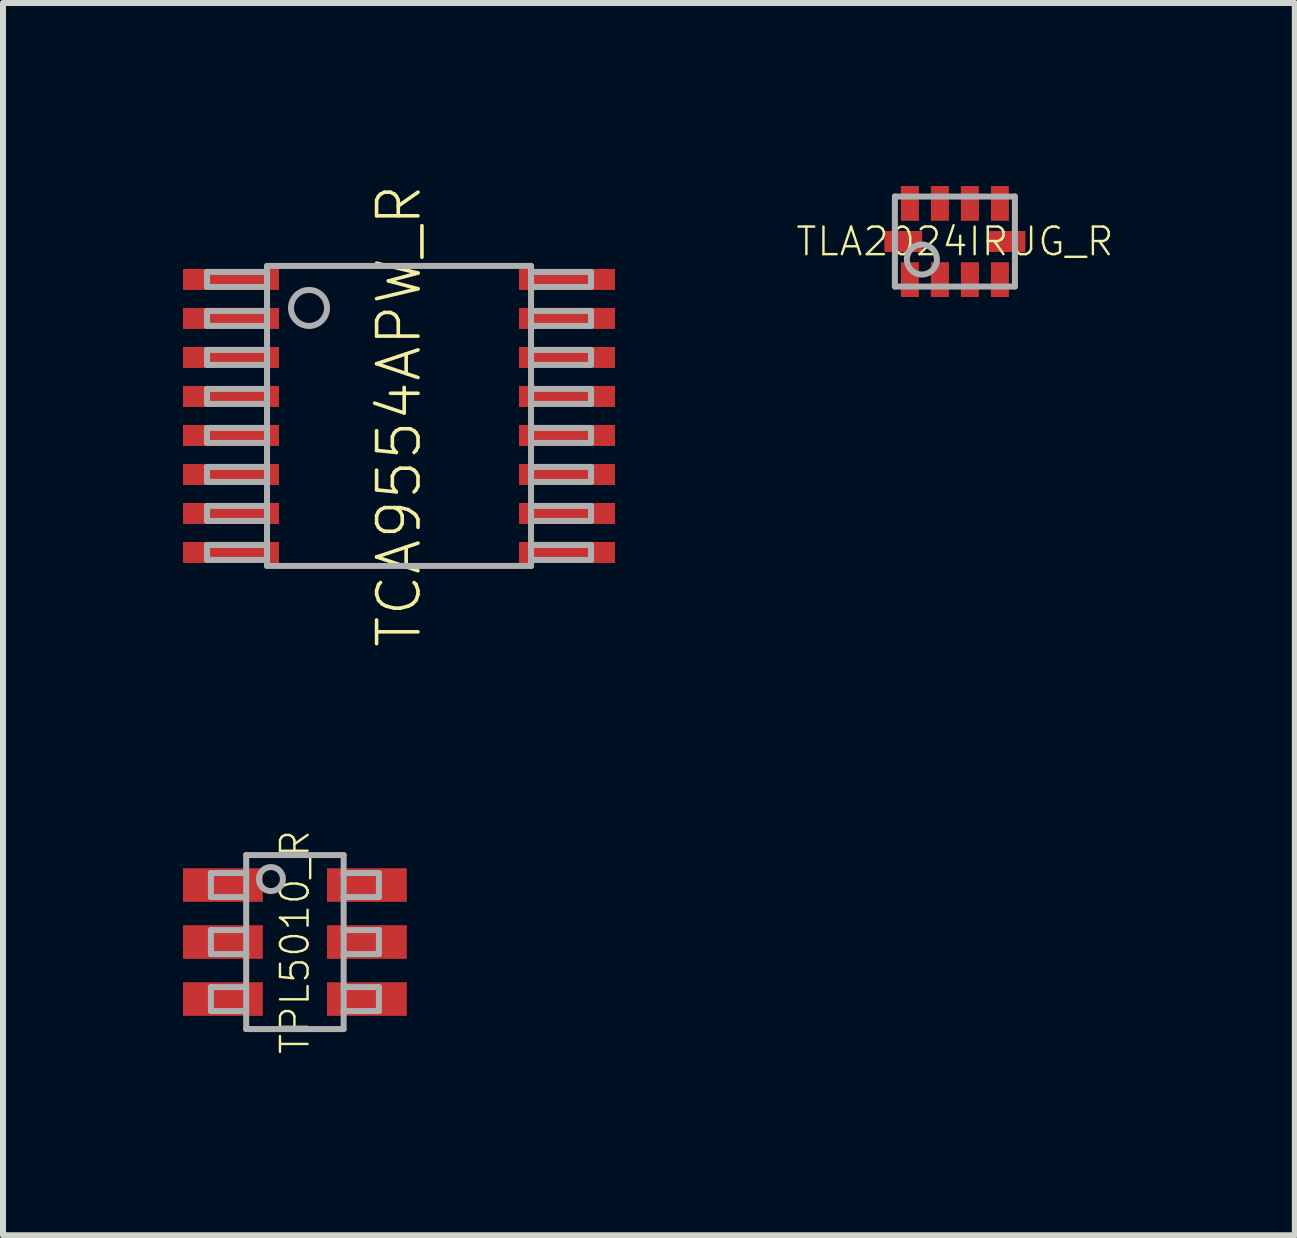
<source format=kicad_pcb>
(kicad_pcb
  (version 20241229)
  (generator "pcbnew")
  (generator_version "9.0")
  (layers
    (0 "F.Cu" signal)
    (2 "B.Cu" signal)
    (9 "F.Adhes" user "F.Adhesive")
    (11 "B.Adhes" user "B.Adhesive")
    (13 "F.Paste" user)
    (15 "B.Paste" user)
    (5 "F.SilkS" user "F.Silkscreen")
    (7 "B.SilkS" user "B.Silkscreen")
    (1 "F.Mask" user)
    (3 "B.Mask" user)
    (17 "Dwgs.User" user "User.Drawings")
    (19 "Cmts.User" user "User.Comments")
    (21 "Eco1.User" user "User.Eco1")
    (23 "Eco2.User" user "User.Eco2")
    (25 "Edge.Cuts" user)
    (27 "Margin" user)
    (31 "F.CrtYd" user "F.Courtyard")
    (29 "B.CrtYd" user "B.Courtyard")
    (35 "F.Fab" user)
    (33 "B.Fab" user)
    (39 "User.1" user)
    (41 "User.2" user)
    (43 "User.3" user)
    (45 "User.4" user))
  (footprint "TLA2024IRUG_R"
    (layer "F.Cu")
    (at 12.864 0.975)
    (property "Reference" "TLA2024IRUG_R" (at 0 0 0) (unlocked yes) (layer "F.SilkS") (effects (font (size 0.46 0.46) (thickness 0.04))))
    (fp_poly (pts (xy -1.225 0.295) (xy -0.495 0.295) (xy -0.495 -0.295) (xy -1.225 -0.295)) (stroke (width 0) (type default)) (fill yes) (layer "F.Mask"))
    (fp_poly (pts (xy -0.95 -0.295) (xy 0.95 -0.295) (xy 0.95 -0.975) (xy -0.95 -0.975)) (stroke (width 0) (type default)) (fill yes) (layer "F.Mask"))
    (fp_poly (pts (xy -0.95 0.975) (xy 0.95 0.975) (xy 0.95 0.295) (xy -0.95 0.295)) (stroke (width 0) (type default)) (fill yes) (layer "F.Mask"))
    (fp_poly (pts (xy 0.495 0.295) (xy 1.225 0.295) (xy 1.225 -0.295) (xy 0.495 -0.295)) (stroke (width 0) (type default)) (fill yes) (layer "F.Mask"))
    (fp_poly (pts (xy -0.62 -0.37) (xy -0.88 -0.37) (xy -0.88 -0.9) (xy -0.62 -0.9)) (stroke (width 0) (type default)) (fill yes) (layer "F.Paste"))
    (fp_poly (pts (xy -0.62 0.9) (xy -0.88 0.9) (xy -0.88 0.37) (xy -0.62 0.37)) (stroke (width 0) (type default)) (fill yes) (layer "F.Paste"))
    (fp_poly (pts (xy -0.56 0.15) (xy -1.16 0.15) (xy -1.16 -0.15) (xy -0.56 -0.15)) (stroke (width 0) (type default)) (fill yes) (layer "F.Paste"))
    (fp_poly (pts (xy -0.12 -0.37) (xy -0.38 -0.37) (xy -0.38 -0.9) (xy -0.12 -0.9)) (stroke (width 0) (type default)) (fill yes) (layer "F.Paste"))
    (fp_poly (pts (xy -0.12 0.9) (xy -0.38 0.9) (xy -0.38 0.37) (xy -0.12 0.37)) (stroke (width 0) (type default)) (fill yes) (layer "F.Paste"))
    (fp_poly (pts (xy 0.38 -0.37) (xy 0.12 -0.37) (xy 0.12 -0.9) (xy 0.38 -0.9)) (stroke (width 0) (type default)) (fill yes) (layer "F.Paste"))
    (fp_poly (pts (xy 0.38 0.9) (xy 0.12 0.9) (xy 0.12 0.37) (xy 0.38 0.37)) (stroke (width 0) (type default)) (fill yes) (layer "F.Paste"))
    (fp_poly (pts (xy 0.88 -0.37) (xy 0.62 -0.37) (xy 0.62 -0.9) (xy 0.88 -0.9)) (stroke (width 0) (type default)) (fill yes) (layer "F.Paste"))
    (fp_poly (pts (xy 0.88 0.9) (xy 0.62 0.9) (xy 0.62 0.37) (xy 0.88 0.37)) (stroke (width 0) (type default)) (fill yes) (layer "F.Paste"))
    (fp_poly (pts (xy 1.15 0.15) (xy 0.57 0.15) (xy 0.57 -0.15) (xy 1.15 -0.15)) (stroke (width 0) (type default)) (fill yes) (layer "F.Paste"))
    (fp_line (start -1 -0.75) (end 1 -0.75) (stroke (width 0.1) (type solid)) (layer "F.Fab"))
    (fp_line (start -1 0.75) (end -1 -0.75) (stroke (width 0.1) (type solid)) (layer "F.Fab"))
    (fp_line (start 1 -0.75) (end 1 0.75) (stroke (width 0.1) (type solid)) (layer "F.Fab"))
    (fp_line (start 1 0.75) (end -1 0.75) (stroke (width 0.1) (type solid)) (layer "F.Fab"))
    (fp_circle (center -0.55 0.3) (end -0.3 0.3) (stroke (width 0.1) (type solid)) (fill no) (layer "F.Fab"))
    (pad "1" smd rect (at -0.75 0.635 180) (size 0.3 0.58) (layers "F.Cu"))
    (pad "2" smd rect (at -0.25 0.635 180) (size 0.3 0.58) (layers "F.Cu"))
    (pad "3" smd rect (at 0.25 0.635 180) (size 0.3 0.58) (layers "F.Cu"))
    (pad "4" smd rect (at 0.75 0.635 180) (size 0.3 0.58) (layers "F.Cu"))
    (pad "5" smd rect (at 0.86 0 270) (size 0.35 0.63) (layers "F.Cu"))
    (pad "6" smd rect (at 0.75 -0.635 180) (size 0.3 0.58) (layers "F.Cu"))
    (pad "7" smd rect (at 0.25 -0.635 180) (size 0.3 0.58) (layers "F.Cu"))
    (pad "8" smd rect (at -0.25 -0.635 180) (size 0.3 0.58) (layers "F.Cu"))
    (pad "9" smd rect (at -0.75 -0.635 180) (size 0.3 0.58) (layers "F.Cu"))
    (pad "10" smd rect (at -0.86 0 270) (size 0.35 0.63) (layers "F.Cu")))
  (footprint "TPL5010_R"
    (layer "F.Cu")
    (at 1.865 12.65)
    (property "Reference" "TPL5010_R" (at 0 0 90) (unlocked yes) (layer "F.SilkS") (effects (font (size 0.46 0.46) (thickness 0.04))))
    (fp_poly (pts (xy -0.535 -0.67) (xy -1.865 -0.67) (xy -1.865 -1.23) (xy -0.535 -1.23)) (stroke (width 0) (type default)) (fill yes) (layer "F.Paste"))
    (fp_poly (pts (xy -0.535 0.28) (xy -1.865 0.28) (xy -1.865 -0.28) (xy -0.535 -0.28)) (stroke (width 0) (type default)) (fill yes) (layer "F.Paste"))
    (fp_poly (pts (xy -0.535 1.23) (xy -1.865 1.23) (xy -1.865 0.67) (xy -0.535 0.67)) (stroke (width 0) (type default)) (fill yes) (layer "F.Paste"))
    (fp_poly (pts (xy 1.865 -0.67) (xy 0.535 -0.67) (xy 0.535 -1.23) (xy 1.865 -1.23)) (stroke (width 0) (type default)) (fill yes) (layer "F.Paste"))
    (fp_poly (pts (xy 1.865 0.28) (xy 0.535 0.28) (xy 0.535 -0.28) (xy 1.865 -0.28)) (stroke (width 0) (type default)) (fill yes) (layer "F.Paste"))
    (fp_poly (pts (xy 1.865 1.23) (xy 0.535 1.23) (xy 0.535 0.67) (xy 1.865 0.67)) (stroke (width 0) (type default)) (fill yes) (layer "F.Paste"))
    (fp_line (start -1.4 -1.15) (end -1.4 -0.75) (stroke (width 0.1) (type solid)) (layer "F.Fab"))
    (fp_line (start -1.4 -0.75) (end -0.812 -0.75) (stroke (width 0.1) (type solid)) (layer "F.Fab"))
    (fp_line (start -1.4 -0.2) (end -1.4 0.2) (stroke (width 0.1) (type solid)) (layer "F.Fab"))
    (fp_line (start -1.4 0.2) (end -0.812 0.2) (stroke (width 0.1) (type solid)) (layer "F.Fab"))
    (fp_line (start -1.4 0.75) (end -1.4 1.15) (stroke (width 0.1) (type solid)) (layer "F.Fab"))
    (fp_line (start -1.4 1.15) (end -0.812 1.15) (stroke (width 0.1) (type solid)) (layer "F.Fab"))
    (fp_line (start -0.812 -1.45) (end -0.812 -1.15) (stroke (width 0.1) (type solid)) (layer "F.Fab"))
    (fp_line (start -0.812 -1.15) (end -1.4 -1.15) (stroke (width 0.1) (type solid)) (layer "F.Fab"))
    (fp_line (start -0.812 -1.15) (end -0.812 -0.75) (stroke (width 0.1) (type solid)) (layer "F.Fab"))
    (fp_line (start -0.812 -0.75) (end -0.812 -0.2) (stroke (width 0.1) (type solid)) (layer "F.Fab"))
    (fp_line (start -0.812 -0.2) (end -1.4 -0.2) (stroke (width 0.1) (type solid)) (layer "F.Fab"))
    (fp_line (start -0.812 -0.2) (end -0.812 0.2) (stroke (width 0.1) (type solid)) (layer "F.Fab"))
    (fp_line (start -0.812 0.2) (end -0.812 0.75) (stroke (width 0.1) (type solid)) (layer "F.Fab"))
    (fp_line (start -0.812 0.75) (end -1.4 0.75) (stroke (width 0.1) (type solid)) (layer "F.Fab"))
    (fp_line (start -0.812 0.75) (end -0.812 1.15) (stroke (width 0.1) (type solid)) (layer "F.Fab"))
    (fp_line (start -0.812 1.15) (end -0.812 1.45) (stroke (width 0.1) (type solid)) (layer "F.Fab"))
    (fp_line (start -0.812 1.45) (end 0.812 1.45) (stroke (width 0.1) (type solid)) (layer "F.Fab"))
    (fp_line (start 0.812 -1.45) (end -0.812 -1.45) (stroke (width 0.1) (type solid)) (layer "F.Fab"))
    (fp_line (start 0.812 -1.15) (end 0.812 -1.45) (stroke (width 0.1) (type solid)) (layer "F.Fab"))
    (fp_line (start 0.812 -0.75) (end 0.812 -1.15) (stroke (width 0.1) (type solid)) (layer "F.Fab"))
    (fp_line (start 0.812 -0.75) (end 1.4 -0.75) (stroke (width 0.1) (type solid)) (layer "F.Fab"))
    (fp_line (start 0.812 -0.2) (end 0.812 -0.75) (stroke (width 0.1) (type solid)) (layer "F.Fab"))
    (fp_line (start 0.812 0.2) (end 0.812 -0.2) (stroke (width 0.1) (type solid)) (layer "F.Fab"))
    (fp_line (start 0.812 0.2) (end 1.4 0.2) (stroke (width 0.1) (type solid)) (layer "F.Fab"))
    (fp_line (start 0.812 0.75) (end 0.812 0.2) (stroke (width 0.1) (type solid)) (layer "F.Fab"))
    (fp_line (start 0.812 1.15) (end 0.812 0.75) (stroke (width 0.1) (type solid)) (layer "F.Fab"))
    (fp_line (start 0.812 1.15) (end 1.4 1.15) (stroke (width 0.1) (type solid)) (layer "F.Fab"))
    (fp_line (start 0.812 1.45) (end 0.812 1.15) (stroke (width 0.1) (type solid)) (layer "F.Fab"))
    (fp_line (start 1.4 -1.15) (end 0.812 -1.15) (stroke (width 0.1) (type solid)) (layer "F.Fab"))
    (fp_line (start 1.4 -0.75) (end 1.4 -1.15) (stroke (width 0.1) (type solid)) (layer "F.Fab"))
    (fp_line (start 1.4 -0.2) (end 0.812 -0.2) (stroke (width 0.1) (type solid)) (layer "F.Fab"))
    (fp_line (start 1.4 0.2) (end 1.4 -0.2) (stroke (width 0.1) (type solid)) (layer "F.Fab"))
    (fp_line (start 1.4 0.75) (end 0.812 0.75) (stroke (width 0.1) (type solid)) (layer "F.Fab"))
    (fp_line (start 1.4 1.15) (end 1.4 0.75) (stroke (width 0.1) (type solid)) (layer "F.Fab"))
    (fp_circle (center -0.4 -1.05) (end -0.2 -1.05) (stroke (width 0.1) (type solid)) (fill no) (layer "F.Fab"))
    (pad "1" smd rect (at -1.2 -0.95) (size 1.33 0.56) (layers "F.Cu" "F.Mask"))
    (pad "2" smd rect (at -1.2 0) (size 1.33 0.56) (layers "F.Cu" "F.Mask"))
    (pad "3" smd rect (at -1.2 0.95) (size 1.33 0.56) (layers "F.Cu" "F.Mask"))
    (pad "4" smd rect (at 1.2 0.95) (size 1.33 0.56) (layers "F.Cu" "F.Mask"))
    (pad "5" smd rect (at 1.2 0) (size 1.33 0.56) (layers "F.Cu" "F.Mask"))
    (pad "6" smd rect (at 1.2 -0.95) (size 1.33 0.56) (layers "F.Cu" "F.Mask")))
  (footprint "TCA9554APW_R"
    (layer "F.Cu")
    (at 3.6 3.882)
    (property "Reference" "TCA9554APW_R" (at 0 0 90) (unlocked yes) (layer "F.SilkS") (effects (font (size 0.69 0.69) (thickness 0.06))))
    (fp_poly (pts (xy -2 -2.1) (xy -3.6 -2.1) (xy -3.6 -2.45) (xy -2 -2.45)) (stroke (width 0) (type default)) (fill yes) (layer "F.Paste"))
    (fp_poly (pts (xy -2 -1.45) (xy -3.6 -1.45) (xy -3.6 -1.8) (xy -2 -1.8)) (stroke (width 0) (type default)) (fill yes) (layer "F.Paste"))
    (fp_poly (pts (xy -2 -0.8) (xy -3.6 -0.8) (xy -3.6 -1.15) (xy -2 -1.15)) (stroke (width 0) (type default)) (fill yes) (layer "F.Paste"))
    (fp_poly (pts (xy -2 -0.15) (xy -3.6 -0.15) (xy -3.6 -0.5) (xy -2 -0.5)) (stroke (width 0) (type default)) (fill yes) (layer "F.Paste"))
    (fp_poly (pts (xy -2 0.5) (xy -3.6 0.5) (xy -3.6 0.15) (xy -2 0.15)) (stroke (width 0) (type default)) (fill yes) (layer "F.Paste"))
    (fp_poly (pts (xy -2 1.15) (xy -3.6 1.15) (xy -3.6 0.8) (xy -2 0.8)) (stroke (width 0) (type default)) (fill yes) (layer "F.Paste"))
    (fp_poly (pts (xy -2 1.8) (xy -3.6 1.8) (xy -3.6 1.45) (xy -2 1.45)) (stroke (width 0) (type default)) (fill yes) (layer "F.Paste"))
    (fp_poly (pts (xy -2 2.45) (xy -3.6 2.45) (xy -3.6 2.1) (xy -2 2.1)) (stroke (width 0) (type default)) (fill yes) (layer "F.Paste"))
    (fp_poly (pts (xy 3.6 -2.1) (xy 2 -2.1) (xy 2 -2.45) (xy 3.6 -2.45)) (stroke (width 0) (type default)) (fill yes) (layer "F.Paste"))
    (fp_poly (pts (xy 3.6 -1.45) (xy 2 -1.45) (xy 2 -1.8) (xy 3.6 -1.8)) (stroke (width 0) (type default)) (fill yes) (layer "F.Paste"))
    (fp_poly (pts (xy 3.6 -0.8) (xy 2 -0.8) (xy 2 -1.15) (xy 3.6 -1.15)) (stroke (width 0) (type default)) (fill yes) (layer "F.Paste"))
    (fp_poly (pts (xy 3.6 -0.15) (xy 2 -0.15) (xy 2 -0.5) (xy 3.6 -0.5)) (stroke (width 0) (type default)) (fill yes) (layer "F.Paste"))
    (fp_poly (pts (xy 3.6 0.5) (xy 2 0.5) (xy 2 0.15) (xy 3.6 0.15)) (stroke (width 0) (type default)) (fill yes) (layer "F.Paste"))
    (fp_poly (pts (xy 3.6 1.15) (xy 2 1.15) (xy 2 0.8) (xy 3.6 0.8)) (stroke (width 0) (type default)) (fill yes) (layer "F.Paste"))
    (fp_poly (pts (xy 3.6 1.8) (xy 2 1.8) (xy 2 1.45) (xy 3.6 1.45)) (stroke (width 0) (type default)) (fill yes) (layer "F.Paste"))
    (fp_poly (pts (xy 3.6 2.45) (xy 2 2.45) (xy 2 2.1) (xy 3.6 2.1)) (stroke (width 0) (type default)) (fill yes) (layer "F.Paste"))
    (fp_line (start -3.2 -2.4) (end -3.2 -2.15) (stroke (width 0.1) (type solid)) (layer "F.Fab"))
    (fp_line (start -3.2 -2.15) (end -2.2 -2.15) (stroke (width 0.1) (type solid)) (layer "F.Fab"))
    (fp_line (start -3.2 -1.75) (end -3.2 -1.5) (stroke (width 0.1) (type solid)) (layer "F.Fab"))
    (fp_line (start -3.2 -1.5) (end -2.2 -1.5) (stroke (width 0.1) (type solid)) (layer "F.Fab"))
    (fp_line (start -3.2 -1.1) (end -3.2 -0.85) (stroke (width 0.1) (type solid)) (layer "F.Fab"))
    (fp_line (start -3.2 -0.85) (end -2.2 -0.85) (stroke (width 0.1) (type solid)) (layer "F.Fab"))
    (fp_line (start -3.2 -0.45) (end -3.2 -0.2) (stroke (width 0.1) (type solid)) (layer "F.Fab"))
    (fp_line (start -3.2 -0.2) (end -2.2 -0.2) (stroke (width 0.1) (type solid)) (layer "F.Fab"))
    (fp_line (start -3.2 0.2) (end -3.2 0.45) (stroke (width 0.1) (type solid)) (layer "F.Fab"))
    (fp_line (start -3.2 0.45) (end -2.2 0.45) (stroke (width 0.1) (type solid)) (layer "F.Fab"))
    (fp_line (start -3.2 0.85) (end -3.2 1.1) (stroke (width 0.1) (type solid)) (layer "F.Fab"))
    (fp_line (start -3.2 1.1) (end -2.2 1.1) (stroke (width 0.1) (type solid)) (layer "F.Fab"))
    (fp_line (start -3.2 1.5) (end -3.2 1.75) (stroke (width 0.1) (type solid)) (layer "F.Fab"))
    (fp_line (start -3.2 1.75) (end -2.2 1.75) (stroke (width 0.1) (type solid)) (layer "F.Fab"))
    (fp_line (start -3.2 2.15) (end -3.2 2.4) (stroke (width 0.1) (type solid)) (layer "F.Fab"))
    (fp_line (start -3.2 2.4) (end -2.2 2.4) (stroke (width 0.1) (type solid)) (layer "F.Fab"))
    (fp_line (start -2.2 -2.5) (end 2.2 -2.5) (stroke (width 0.1) (type solid)) (layer "F.Fab"))
    (fp_line (start -2.2 -2.4) (end -3.2 -2.4) (stroke (width 0.1) (type solid)) (layer "F.Fab"))
    (fp_line (start -2.2 -2.4) (end -2.2 -2.5) (stroke (width 0.1) (type solid)) (layer "F.Fab"))
    (fp_line (start -2.2 -2.15) (end -2.2 -2.4) (stroke (width 0.1) (type solid)) (layer "F.Fab"))
    (fp_line (start -2.2 -1.75) (end -3.2 -1.75) (stroke (width 0.1) (type solid)) (layer "F.Fab"))
    (fp_line (start -2.2 -1.75) (end -2.2 -2.15) (stroke (width 0.1) (type solid)) (layer "F.Fab"))
    (fp_line (start -2.2 -1.5) (end -2.2 -1.75) (stroke (width 0.1) (type solid)) (layer "F.Fab"))
    (fp_line (start -2.2 -1.1) (end -3.2 -1.1) (stroke (width 0.1) (type solid)) (layer "F.Fab"))
    (fp_line (start -2.2 -1.1) (end -2.2 -1.5) (stroke (width 0.1) (type solid)) (layer "F.Fab"))
    (fp_line (start -2.2 -0.85) (end -2.2 -1.1) (stroke (width 0.1) (type solid)) (layer "F.Fab"))
    (fp_line (start -2.2 -0.45) (end -3.2 -0.45) (stroke (width 0.1) (type solid)) (layer "F.Fab"))
    (fp_line (start -2.2 -0.45) (end -2.2 -0.85) (stroke (width 0.1) (type solid)) (layer "F.Fab"))
    (fp_line (start -2.2 -0.2) (end -2.2 -0.45) (stroke (width 0.1) (type solid)) (layer "F.Fab"))
    (fp_line (start -2.2 0.2) (end -3.2 0.2) (stroke (width 0.1) (type solid)) (layer "F.Fab"))
    (fp_line (start -2.2 0.2) (end -2.2 -0.2) (stroke (width 0.1) (type solid)) (layer "F.Fab"))
    (fp_line (start -2.2 0.45) (end -2.2 0.2) (stroke (width 0.1) (type solid)) (layer "F.Fab"))
    (fp_line (start -2.2 0.85) (end -3.2 0.85) (stroke (width 0.1) (type solid)) (layer "F.Fab"))
    (fp_line (start -2.2 0.85) (end -2.2 0.45) (stroke (width 0.1) (type solid)) (layer "F.Fab"))
    (fp_line (start -2.2 1.1) (end -2.2 0.85) (stroke (width 0.1) (type solid)) (layer "F.Fab"))
    (fp_line (start -2.2 1.5) (end -3.2 1.5) (stroke (width 0.1) (type solid)) (layer "F.Fab"))
    (fp_line (start -2.2 1.5) (end -2.2 1.1) (stroke (width 0.1) (type solid)) (layer "F.Fab"))
    (fp_line (start -2.2 1.75) (end -2.2 1.5) (stroke (width 0.1) (type solid)) (layer "F.Fab"))
    (fp_line (start -2.2 2.15) (end -3.2 2.15) (stroke (width 0.1) (type solid)) (layer "F.Fab"))
    (fp_line (start -2.2 2.15) (end -2.2 1.75) (stroke (width 0.1) (type solid)) (layer "F.Fab"))
    (fp_line (start -2.2 2.4) (end -2.2 2.15) (stroke (width 0.1) (type solid)) (layer "F.Fab"))
    (fp_line (start -2.2 2.5) (end -2.2 2.4) (stroke (width 0.1) (type solid)) (layer "F.Fab"))
    (fp_line (start 2.2 -2.5) (end 2.2 -2.4) (stroke (width 0.1) (type solid)) (layer "F.Fab"))
    (fp_line (start 2.2 -2.4) (end 2.2 -2.15) (stroke (width 0.1) (type solid)) (layer "F.Fab"))
    (fp_line (start 2.2 -2.15) (end 2.2 -1.75) (stroke (width 0.1) (type solid)) (layer "F.Fab"))
    (fp_line (start 2.2 -2.15) (end 3.2 -2.15) (stroke (width 0.1) (type solid)) (layer "F.Fab"))
    (fp_line (start 2.2 -1.75) (end 2.2 -1.5) (stroke (width 0.1) (type solid)) (layer "F.Fab"))
    (fp_line (start 2.2 -1.5) (end 2.2 -1.1) (stroke (width 0.1) (type solid)) (layer "F.Fab"))
    (fp_line (start 2.2 -1.5) (end 3.2 -1.5) (stroke (width 0.1) (type solid)) (layer "F.Fab"))
    (fp_line (start 2.2 -1.1) (end 2.2 -0.85) (stroke (width 0.1) (type solid)) (layer "F.Fab"))
    (fp_line (start 2.2 -0.85) (end 2.2 -0.45) (stroke (width 0.1) (type solid)) (layer "F.Fab"))
    (fp_line (start 2.2 -0.85) (end 3.2 -0.85) (stroke (width 0.1) (type solid)) (layer "F.Fab"))
    (fp_line (start 2.2 -0.45) (end 2.2 -0.2) (stroke (width 0.1) (type solid)) (layer "F.Fab"))
    (fp_line (start 2.2 -0.2) (end 2.2 0.2) (stroke (width 0.1) (type solid)) (layer "F.Fab"))
    (fp_line (start 2.2 -0.2) (end 3.2 -0.2) (stroke (width 0.1) (type solid)) (layer "F.Fab"))
    (fp_line (start 2.2 0.2) (end 2.2 0.45) (stroke (width 0.1) (type solid)) (layer "F.Fab"))
    (fp_line (start 2.2 0.45) (end 2.2 0.85) (stroke (width 0.1) (type solid)) (layer "F.Fab"))
    (fp_line (start 2.2 0.45) (end 3.2 0.45) (stroke (width 0.1) (type solid)) (layer "F.Fab"))
    (fp_line (start 2.2 0.85) (end 2.2 1.1) (stroke (width 0.1) (type solid)) (layer "F.Fab"))
    (fp_line (start 2.2 1.1) (end 2.2 1.5) (stroke (width 0.1) (type solid)) (layer "F.Fab"))
    (fp_line (start 2.2 1.1) (end 3.2 1.1) (stroke (width 0.1) (type solid)) (layer "F.Fab"))
    (fp_line (start 2.2 1.5) (end 2.2 1.75) (stroke (width 0.1) (type solid)) (layer "F.Fab"))
    (fp_line (start 2.2 1.75) (end 2.2 2.15) (stroke (width 0.1) (type solid)) (layer "F.Fab"))
    (fp_line (start 2.2 1.75) (end 3.2 1.75) (stroke (width 0.1) (type solid)) (layer "F.Fab"))
    (fp_line (start 2.2 2.15) (end 2.2 2.4) (stroke (width 0.1) (type solid)) (layer "F.Fab"))
    (fp_line (start 2.2 2.4) (end 2.2 2.5) (stroke (width 0.1) (type solid)) (layer "F.Fab"))
    (fp_line (start 2.2 2.4) (end 3.2 2.4) (stroke (width 0.1) (type solid)) (layer "F.Fab"))
    (fp_line (start 2.2 2.5) (end -2.2 2.5) (stroke (width 0.1) (type solid)) (layer "F.Fab"))
    (fp_line (start 3.2 -2.4) (end 2.2 -2.4) (stroke (width 0.1) (type solid)) (layer "F.Fab"))
    (fp_line (start 3.2 -2.15) (end 3.2 -2.4) (stroke (width 0.1) (type solid)) (layer "F.Fab"))
    (fp_line (start 3.2 -1.75) (end 2.2 -1.75) (stroke (width 0.1) (type solid)) (layer "F.Fab"))
    (fp_line (start 3.2 -1.5) (end 3.2 -1.75) (stroke (width 0.1) (type solid)) (layer "F.Fab"))
    (fp_line (start 3.2 -1.1) (end 2.2 -1.1) (stroke (width 0.1) (type solid)) (layer "F.Fab"))
    (fp_line (start 3.2 -0.85) (end 3.2 -1.1) (stroke (width 0.1) (type solid)) (layer "F.Fab"))
    (fp_line (start 3.2 -0.45) (end 2.2 -0.45) (stroke (width 0.1) (type solid)) (layer "F.Fab"))
    (fp_line (start 3.2 -0.2) (end 3.2 -0.45) (stroke (width 0.1) (type solid)) (layer "F.Fab"))
    (fp_line (start 3.2 0.2) (end 2.2 0.2) (stroke (width 0.1) (type solid)) (layer "F.Fab"))
    (fp_line (start 3.2 0.45) (end 3.2 0.2) (stroke (width 0.1) (type solid)) (layer "F.Fab"))
    (fp_line (start 3.2 0.85) (end 2.2 0.85) (stroke (width 0.1) (type solid)) (layer "F.Fab"))
    (fp_line (start 3.2 1.1) (end 3.2 0.85) (stroke (width 0.1) (type solid)) (layer "F.Fab"))
    (fp_line (start 3.2 1.5) (end 2.2 1.5) (stroke (width 0.1) (type solid)) (layer "F.Fab"))
    (fp_line (start 3.2 1.75) (end 3.2 1.5) (stroke (width 0.1) (type solid)) (layer "F.Fab"))
    (fp_line (start 3.2 2.15) (end 2.2 2.15) (stroke (width 0.1) (type solid)) (layer "F.Fab"))
    (fp_line (start 3.2 2.4) (end 3.2 2.15) (stroke (width 0.1) (type solid)) (layer "F.Fab"))
    (fp_circle (center -1.5 -1.8) (end -1.2 -1.8) (stroke (width 0.1) (type solid)) (fill no) (layer "F.Fab"))
    (pad "1" smd rect (at -2.8 -2.275) (size 1.6 0.35) (layers "F.Cu" "F.Mask"))
    (pad "2" smd rect (at -2.8 -1.625) (size 1.6 0.35) (layers "F.Cu" "F.Mask"))
    (pad "3" smd rect (at -2.8 -0.975) (size 1.6 0.35) (layers "F.Cu" "F.Mask"))
    (pad "4" smd rect (at -2.8 -0.325) (size 1.6 0.35) (layers "F.Cu" "F.Mask"))
    (pad "5" smd rect (at -2.8 0.325) (size 1.6 0.35) (layers "F.Cu" "F.Mask"))
    (pad "6" smd rect (at -2.8 0.975) (size 1.6 0.35) (layers "F.Cu" "F.Mask"))
    (pad "7" smd rect (at -2.8 1.625) (size 1.6 0.35) (layers "F.Cu" "F.Mask"))
    (pad "8" smd rect (at -2.8 2.275) (size 1.6 0.35) (layers "F.Cu" "F.Mask"))
    (pad "9" smd rect (at 2.8 2.275) (size 1.6 0.35) (layers "F.Cu" "F.Mask"))
    (pad "10" smd rect (at 2.8 1.625) (size 1.6 0.35) (layers "F.Cu" "F.Mask"))
    (pad "11" smd rect (at 2.8 0.975) (size 1.6 0.35) (layers "F.Cu" "F.Mask"))
    (pad "12" smd rect (at 2.8 0.325) (size 1.6 0.35) (layers "F.Cu" "F.Mask"))
    (pad "13" smd rect (at 2.8 -0.325) (size 1.6 0.35) (layers "F.Cu" "F.Mask"))
    (pad "14" smd rect (at 2.8 -0.975) (size 1.6 0.35) (layers "F.Cu" "F.Mask"))
    (pad "15" smd rect (at 2.8 -1.625) (size 1.6 0.35) (layers "F.Cu" "F.Mask"))
    (pad "16" smd rect (at 2.8 -2.275) (size 1.6 0.35) (layers "F.Cu" "F.Mask")))
  (gr_rect
    (start -3 -3)
    (end 18.529 17.537)
    (stroke (width 0.1) (type default))
    (fill no)
    (layer "Edge.Cuts")))
</source>
